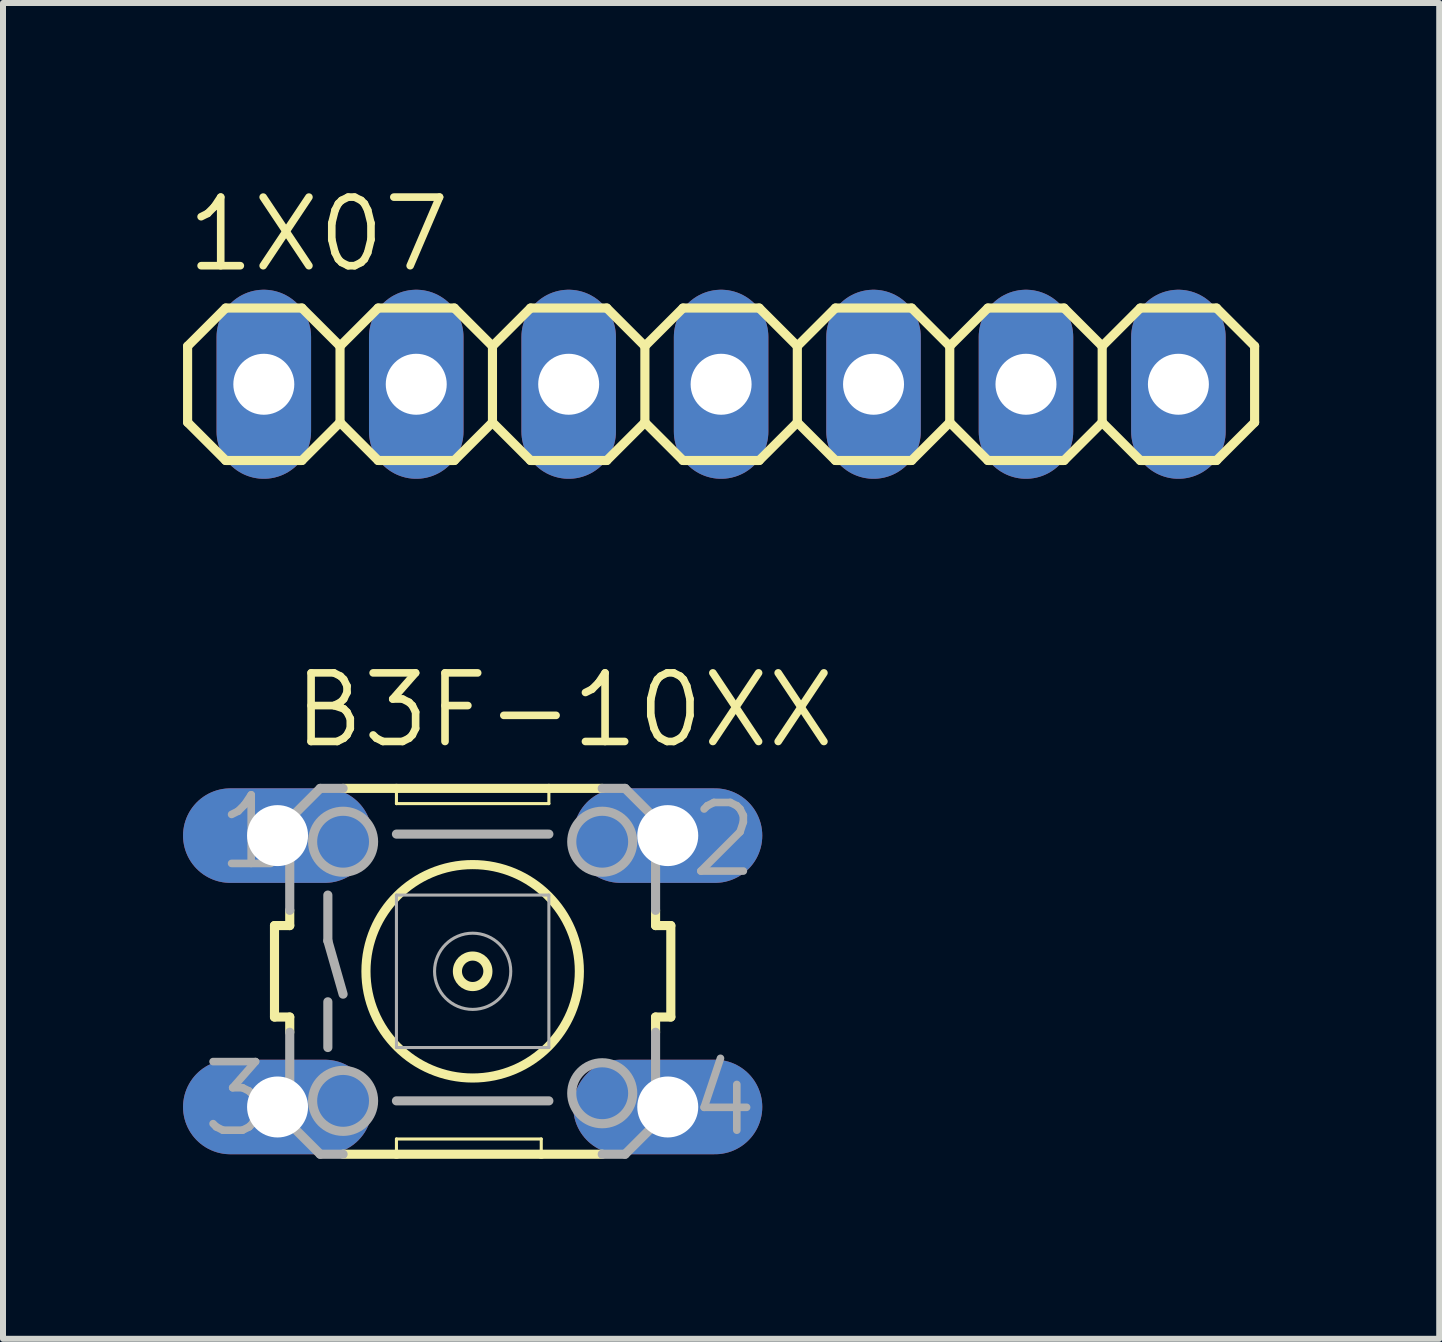
<source format=kicad_pcb>
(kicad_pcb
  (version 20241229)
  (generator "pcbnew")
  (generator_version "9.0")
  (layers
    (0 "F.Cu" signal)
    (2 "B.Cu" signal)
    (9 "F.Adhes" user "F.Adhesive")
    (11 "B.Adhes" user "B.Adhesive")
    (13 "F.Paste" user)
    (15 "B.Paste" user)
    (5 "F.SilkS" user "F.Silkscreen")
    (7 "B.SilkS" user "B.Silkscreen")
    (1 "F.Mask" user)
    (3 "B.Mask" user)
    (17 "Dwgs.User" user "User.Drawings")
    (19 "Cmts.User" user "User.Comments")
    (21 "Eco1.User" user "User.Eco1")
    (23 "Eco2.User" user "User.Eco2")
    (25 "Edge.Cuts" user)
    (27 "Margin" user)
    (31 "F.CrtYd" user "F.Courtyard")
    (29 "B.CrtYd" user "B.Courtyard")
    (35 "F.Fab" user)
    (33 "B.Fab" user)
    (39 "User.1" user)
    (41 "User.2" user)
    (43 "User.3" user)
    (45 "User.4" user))
  (footprint "B3F-10XX"
    (layer "F.Cu")
    (at 4.826 13.135)
    (property "Reference" "B3F-10XX" (at -3.048 -3.683 0) (layer "F.SilkS") (effects (font (size 1.143 1.143) (thickness 0.127)) (justify left bottom)))
    (fp_line (start -3.302 -0.762) (end -3.302 0.762) (stroke (width 0.152) (type solid)) (layer "F.SilkS"))
    (fp_line (start -3.302 -0.762) (end -3.048 -0.762) (stroke (width 0.152) (type solid)) (layer "F.SilkS"))
    (fp_line (start -3.048 -0.762) (end -3.048 -1.016) (stroke (width 0.152) (type solid)) (layer "F.SilkS"))
    (fp_line (start -3.048 0.762) (end -3.302 0.762) (stroke (width 0.152) (type solid)) (layer "F.SilkS"))
    (fp_line (start -3.048 0.762) (end -3.048 1.016) (stroke (width 0.152) (type solid)) (layer "F.SilkS"))
    (fp_line (start -2.159 3.048) (end -1.27 3.048) (stroke (width 0.152) (type solid)) (layer "F.SilkS"))
    (fp_line (start -1.27 -3.048) (end -2.159 -3.048) (stroke (width 0.152) (type solid)) (layer "F.SilkS"))
    (fp_line (start -1.27 -3.048) (end -1.27 -2.794) (stroke (width 0.051) (type solid)) (layer "F.SilkS"))
    (fp_line (start -1.27 2.794) (end -1.27 3.048) (stroke (width 0.051) (type solid)) (layer "F.SilkS"))
    (fp_line (start -1.27 3.048) (end 1.143 3.048) (stroke (width 0.152) (type solid)) (layer "F.SilkS"))
    (fp_line (start 1.143 2.794) (end -1.27 2.794) (stroke (width 0.051) (type solid)) (layer "F.SilkS"))
    (fp_line (start 1.143 2.794) (end 1.143 3.048) (stroke (width 0.051) (type solid)) (layer "F.SilkS"))
    (fp_line (start 1.143 3.048) (end 2.159 3.048) (stroke (width 0.152) (type solid)) (layer "F.SilkS"))
    (fp_line (start 1.27 -3.048) (end -1.27 -3.048) (stroke (width 0.152) (type solid)) (layer "F.SilkS"))
    (fp_line (start 1.27 -2.794) (end -1.27 -2.794) (stroke (width 0.051) (type solid)) (layer "F.SilkS"))
    (fp_line (start 1.27 -2.794) (end 1.27 -3.048) (stroke (width 0.051) (type solid)) (layer "F.SilkS"))
    (fp_line (start 2.159 -3.048) (end 1.27 -3.048) (stroke (width 0.152) (type solid)) (layer "F.SilkS"))
    (fp_line (start 3.048 -0.762) (end 3.048 -1.016) (stroke (width 0.152) (type solid)) (layer "F.SilkS"))
    (fp_line (start 3.048 -0.762) (end 3.302 -0.762) (stroke (width 0.152) (type solid)) (layer "F.SilkS"))
    (fp_line (start 3.048 0.762) (end 3.048 1.016) (stroke (width 0.152) (type solid)) (layer "F.SilkS"))
    (fp_line (start 3.302 0.762) (end 3.048 0.762) (stroke (width 0.152) (type solid)) (layer "F.SilkS"))
    (fp_line (start 3.302 0.762) (end 3.302 -0.762) (stroke (width 0.152) (type solid)) (layer "F.SilkS"))
    (fp_circle (center 0 0) (end 0.254 0) (stroke (width 0.152) (type solid)) (fill no) (layer "F.SilkS"))
    (fp_circle (center 0 0) (end 1.778 0) (stroke (width 0.152) (type solid)) (fill no) (layer "F.SilkS"))
    (fp_line (start -3.048 -2.54) (end -3.048 -1.016) (stroke (width 0.152) (type solid)) (layer "F.Fab"))
    (fp_line (start -3.048 2.54) (end -3.048 1.016) (stroke (width 0.152) (type solid)) (layer "F.Fab"))
    (fp_line (start -2.54 -3.048) (end -3.048 -2.54) (stroke (width 0.152) (type solid)) (layer "F.Fab"))
    (fp_line (start -2.54 -3.048) (end -2.159 -3.048) (stroke (width 0.152) (type solid)) (layer "F.Fab"))
    (fp_line (start -2.54 3.048) (end -3.048 2.54) (stroke (width 0.152) (type solid)) (layer "F.Fab"))
    (fp_line (start -2.54 3.048) (end -2.159 3.048) (stroke (width 0.152) (type solid)) (layer "F.Fab"))
    (fp_line (start -2.413 -1.27) (end -2.413 -0.508) (stroke (width 0.152) (type solid)) (layer "F.Fab"))
    (fp_line (start -2.413 -0.508) (end -2.159 0.381) (stroke (width 0.152) (type solid)) (layer "F.Fab"))
    (fp_line (start -2.413 0.508) (end -2.413 1.27) (stroke (width 0.152) (type solid)) (layer "F.Fab"))
    (fp_line (start -1.27 -1.27) (end -1.27 1.27) (stroke (width 0.051) (type solid)) (layer "F.Fab"))
    (fp_line (start -1.27 -1.27) (end 1.27 -1.27) (stroke (width 0.051) (type solid)) (layer "F.Fab"))
    (fp_line (start -1.27 2.159) (end 1.27 2.159) (stroke (width 0.152) (type solid)) (layer "F.Fab"))
    (fp_line (start 1.27 -2.286) (end -1.27 -2.286) (stroke (width 0.152) (type solid)) (layer "F.Fab"))
    (fp_line (start 1.27 1.27) (end -1.27 1.27) (stroke (width 0.051) (type solid)) (layer "F.Fab"))
    (fp_line (start 1.27 1.27) (end 1.27 -1.27) (stroke (width 0.051) (type solid)) (layer "F.Fab"))
    (fp_line (start 2.54 -3.048) (end 2.159 -3.048) (stroke (width 0.152) (type solid)) (layer "F.Fab"))
    (fp_line (start 2.54 3.048) (end 2.159 3.048) (stroke (width 0.152) (type solid)) (layer "F.Fab"))
    (fp_line (start 2.54 3.048) (end 3.048 2.54) (stroke (width 0.152) (type solid)) (layer "F.Fab"))
    (fp_line (start 3.048 -2.54) (end 2.54 -3.048) (stroke (width 0.152) (type solid)) (layer "F.Fab"))
    (fp_line (start 3.048 -1.016) (end 3.048 -2.54) (stroke (width 0.152) (type solid)) (layer "F.Fab"))
    (fp_line (start 3.048 2.54) (end 3.048 1.016) (stroke (width 0.152) (type solid)) (layer "F.Fab"))
    (fp_circle (center -2.159 -2.159) (end -1.651 -2.159) (stroke (width 0.152) (type solid)) (fill no) (layer "F.Fab"))
    (fp_circle (center -2.159 2.159) (end -1.651 2.159) (stroke (width 0.152) (type solid)) (fill no) (layer "F.Fab"))
    (fp_circle (center 0 0) (end 0.635 0) (stroke (width 0.051) (type solid)) (fill no) (layer "F.Fab"))
    (fp_circle (center 2.159 -2.159) (end 2.667 -2.159) (stroke (width 0.152) (type solid)) (fill no) (layer "F.Fab"))
    (fp_circle (center 2.159 2.032) (end 2.667 2.032) (stroke (width 0.152) (type solid)) (fill no) (layer "F.Fab"))
    (fp_text user "1" (at -4.318 -1.651 0) (layer "F.Fab") (effects (font (size 1.143 1.143) (thickness 0.127)) (justify left bottom)))
    (fp_text user "2" (at 3.556 -1.524 0) (layer "F.Fab") (effects (font (size 1.143 1.143) (thickness 0.127)) (justify left bottom)))
    (fp_text user "4" (at 3.556 2.794 0) (layer "F.Fab") (effects (font (size 1.143 1.143) (thickness 0.127)) (justify left bottom)))
    (fp_text user "3" (at -4.572 2.794 0) (layer "F.Fab") (effects (font (size 1.143 1.143) (thickness 0.127)) (justify left bottom)))
    (pad "1" thru_hole oval (at -3.251 -2.261) (size 3.15 1.575) (drill 1.016) (layers "*.Cu" "*.Mask"))
    (pad "2" thru_hole oval (at 3.251 -2.261) (size 3.15 1.575) (drill 1.016) (layers "*.Cu" "*.Mask"))
    (pad "3" thru_hole oval (at -3.251 2.261) (size 3.15 1.575) (drill 1.016) (layers "*.Cu" "*.Mask"))
    (pad "4" thru_hole oval (at 3.251 2.261) (size 3.15 1.575) (drill 1.016) (layers "*.Cu" "*.Mask")))
  (footprint "1X07"
    (layer "F.Cu")
    (at 8.966 3.353)
    (property "Reference" "1X07" (at -8.966 -1.829 0) (layer "F.SilkS") (effects (font (size 1.143 1.143) (thickness 0.127)) (justify left bottom)))
    (fp_line (start -8.89 -0.635) (end -8.89 0.635) (stroke (width 0.152) (type solid)) (layer "F.SilkS"))
    (fp_line (start -8.89 0.635) (end -8.255 1.27) (stroke (width 0.152) (type solid)) (layer "F.SilkS"))
    (fp_line (start -8.255 -1.27) (end -8.89 -0.635) (stroke (width 0.152) (type solid)) (layer "F.SilkS"))
    (fp_line (start -8.255 -1.27) (end -6.985 -1.27) (stroke (width 0.152) (type solid)) (layer "F.SilkS"))
    (fp_line (start -6.985 -1.27) (end -6.35 -0.635) (stroke (width 0.152) (type solid)) (layer "F.SilkS"))
    (fp_line (start -6.985 1.27) (end -8.255 1.27) (stroke (width 0.152) (type solid)) (layer "F.SilkS"))
    (fp_line (start -6.35 -0.635) (end -6.35 0.635) (stroke (width 0.152) (type solid)) (layer "F.SilkS"))
    (fp_line (start -6.35 -0.635) (end -5.715 -1.27) (stroke (width 0.152) (type solid)) (layer "F.SilkS"))
    (fp_line (start -6.35 0.635) (end -6.985 1.27) (stroke (width 0.152) (type solid)) (layer "F.SilkS"))
    (fp_line (start -5.715 -1.27) (end -4.445 -1.27) (stroke (width 0.152) (type solid)) (layer "F.SilkS"))
    (fp_line (start -5.715 1.27) (end -6.35 0.635) (stroke (width 0.152) (type solid)) (layer "F.SilkS"))
    (fp_line (start -4.445 -1.27) (end -3.81 -0.635) (stroke (width 0.152) (type solid)) (layer "F.SilkS"))
    (fp_line (start -4.445 1.27) (end -5.715 1.27) (stroke (width 0.152) (type solid)) (layer "F.SilkS"))
    (fp_line (start -3.81 -0.635) (end -3.81 0.635) (stroke (width 0.152) (type solid)) (layer "F.SilkS"))
    (fp_line (start -3.81 -0.635) (end -3.175 -1.27) (stroke (width 0.152) (type solid)) (layer "F.SilkS"))
    (fp_line (start -3.81 0.635) (end -4.445 1.27) (stroke (width 0.152) (type solid)) (layer "F.SilkS"))
    (fp_line (start -3.175 -1.27) (end -1.905 -1.27) (stroke (width 0.152) (type solid)) (layer "F.SilkS"))
    (fp_line (start -3.175 1.27) (end -3.81 0.635) (stroke (width 0.152) (type solid)) (layer "F.SilkS"))
    (fp_line (start -1.905 -1.27) (end -1.27 -0.635) (stroke (width 0.152) (type solid)) (layer "F.SilkS"))
    (fp_line (start -1.905 1.27) (end -3.175 1.27) (stroke (width 0.152) (type solid)) (layer "F.SilkS"))
    (fp_line (start -1.27 -0.635) (end -1.27 0.635) (stroke (width 0.152) (type solid)) (layer "F.SilkS"))
    (fp_line (start -1.27 0.635) (end -1.905 1.27) (stroke (width 0.152) (type solid)) (layer "F.SilkS"))
    (fp_line (start -1.27 0.635) (end -0.635 1.27) (stroke (width 0.152) (type solid)) (layer "F.SilkS"))
    (fp_line (start -0.635 -1.27) (end -1.27 -0.635) (stroke (width 0.152) (type solid)) (layer "F.SilkS"))
    (fp_line (start -0.635 -1.27) (end 0.635 -1.27) (stroke (width 0.152) (type solid)) (layer "F.SilkS"))
    (fp_line (start 0.635 -1.27) (end 1.27 -0.635) (stroke (width 0.152) (type solid)) (layer "F.SilkS"))
    (fp_line (start 0.635 1.27) (end -0.635 1.27) (stroke (width 0.152) (type solid)) (layer "F.SilkS"))
    (fp_line (start 1.27 -0.635) (end 1.27 0.635) (stroke (width 0.152) (type solid)) (layer "F.SilkS"))
    (fp_line (start 1.27 -0.635) (end 1.905 -1.27) (stroke (width 0.152) (type solid)) (layer "F.SilkS"))
    (fp_line (start 1.27 0.635) (end 0.635 1.27) (stroke (width 0.152) (type solid)) (layer "F.SilkS"))
    (fp_line (start 1.905 -1.27) (end 3.175 -1.27) (stroke (width 0.152) (type solid)) (layer "F.SilkS"))
    (fp_line (start 1.905 1.27) (end 1.27 0.635) (stroke (width 0.152) (type solid)) (layer "F.SilkS"))
    (fp_line (start 3.175 -1.27) (end 3.81 -0.635) (stroke (width 0.152) (type solid)) (layer "F.SilkS"))
    (fp_line (start 3.175 1.27) (end 1.905 1.27) (stroke (width 0.152) (type solid)) (layer "F.SilkS"))
    (fp_line (start 3.81 -0.635) (end 3.81 0.635) (stroke (width 0.152) (type solid)) (layer "F.SilkS"))
    (fp_line (start 3.81 -0.635) (end 4.445 -1.27) (stroke (width 0.152) (type solid)) (layer "F.SilkS"))
    (fp_line (start 3.81 0.635) (end 3.175 1.27) (stroke (width 0.152) (type solid)) (layer "F.SilkS"))
    (fp_line (start 4.445 -1.27) (end 5.715 -1.27) (stroke (width 0.152) (type solid)) (layer "F.SilkS"))
    (fp_line (start 4.445 1.27) (end 3.81 0.635) (stroke (width 0.152) (type solid)) (layer "F.SilkS"))
    (fp_line (start 5.715 -1.27) (end 6.35 -0.635) (stroke (width 0.152) (type solid)) (layer "F.SilkS"))
    (fp_line (start 5.715 1.27) (end 4.445 1.27) (stroke (width 0.152) (type solid)) (layer "F.SilkS"))
    (fp_line (start 6.35 -0.635) (end 6.35 0.635) (stroke (width 0.152) (type solid)) (layer "F.SilkS"))
    (fp_line (start 6.35 0.635) (end 5.715 1.27) (stroke (width 0.152) (type solid)) (layer "F.SilkS"))
    (fp_line (start 6.35 0.635) (end 6.985 1.27) (stroke (width 0.152) (type solid)) (layer "F.SilkS"))
    (fp_line (start 6.985 -1.27) (end 6.35 -0.635) (stroke (width 0.152) (type solid)) (layer "F.SilkS"))
    (fp_line (start 6.985 -1.27) (end 8.255 -1.27) (stroke (width 0.152) (type solid)) (layer "F.SilkS"))
    (fp_line (start 8.255 -1.27) (end 8.89 -0.635) (stroke (width 0.152) (type solid)) (layer "F.SilkS"))
    (fp_line (start 8.255 1.27) (end 6.985 1.27) (stroke (width 0.152) (type solid)) (layer "F.SilkS"))
    (fp_line (start 8.89 -0.635) (end 8.89 0.635) (stroke (width 0.152) (type solid)) (layer "F.SilkS"))
    (fp_line (start 8.89 0.635) (end 8.255 1.27) (stroke (width 0.152) (type solid)) (layer "F.SilkS"))
    (fp_poly (pts (xy -7.874 0.254) (xy -7.366 0.254) (xy -7.366 -0.254) (xy -7.874 -0.254)) (stroke (width 0.1) (type default)) (fill no) (layer "F.Fab"))
    (fp_poly (pts (xy -5.334 0.254) (xy -4.826 0.254) (xy -4.826 -0.254) (xy -5.334 -0.254)) (stroke (width 0.1) (type default)) (fill no) (layer "F.Fab"))
    (fp_poly (pts (xy -2.794 0.254) (xy -2.286 0.254) (xy -2.286 -0.254) (xy -2.794 -0.254)) (stroke (width 0.1) (type default)) (fill no) (layer "F.Fab"))
    (fp_poly (pts (xy -0.254 0.254) (xy 0.254 0.254) (xy 0.254 -0.254) (xy -0.254 -0.254)) (stroke (width 0.1) (type default)) (fill no) (layer "F.Fab"))
    (fp_poly (pts (xy 2.286 0.254) (xy 2.794 0.254) (xy 2.794 -0.254) (xy 2.286 -0.254)) (stroke (width 0.1) (type default)) (fill no) (layer "F.Fab"))
    (fp_poly (pts (xy 4.826 0.254) (xy 5.334 0.254) (xy 5.334 -0.254) (xy 4.826 -0.254)) (stroke (width 0.1) (type default)) (fill no) (layer "F.Fab"))
    (fp_poly (pts (xy 7.366 0.254) (xy 7.874 0.254) (xy 7.874 -0.254) (xy 7.366 -0.254)) (stroke (width 0.1) (type default)) (fill no) (layer "F.Fab"))
    (pad "1" thru_hole oval (at -7.62 0 90) (size 3.15 1.575) (drill 1.016) (layers "*.Cu" "*.Mask"))
    (pad "2" thru_hole oval (at -5.08 0 90) (size 3.15 1.575) (drill 1.016) (layers "*.Cu" "*.Mask"))
    (pad "3" thru_hole oval (at -2.54 0 90) (size 3.15 1.575) (drill 1.016) (layers "*.Cu" "*.Mask"))
    (pad "4" thru_hole oval (at 0 0 90) (size 3.15 1.575) (drill 1.016) (layers "*.Cu" "*.Mask"))
    (pad "5" thru_hole oval (at 2.54 0 90) (size 3.15 1.575) (drill 1.016) (layers "*.Cu" "*.Mask"))
    (pad "6" thru_hole oval (at 5.08 0 90) (size 3.15 1.575) (drill 1.016) (layers "*.Cu" "*.Mask"))
    (pad "7" thru_hole oval (at 7.62 0 90) (size 3.15 1.575) (drill 1.016) (layers "*.Cu" "*.Mask")))
  (gr_rect
    (start -3 -3)
    (end 20.932 19.259)
    (stroke (width 0.1) (type default))
    (fill no)
    (layer "Edge.Cuts")))
</source>
